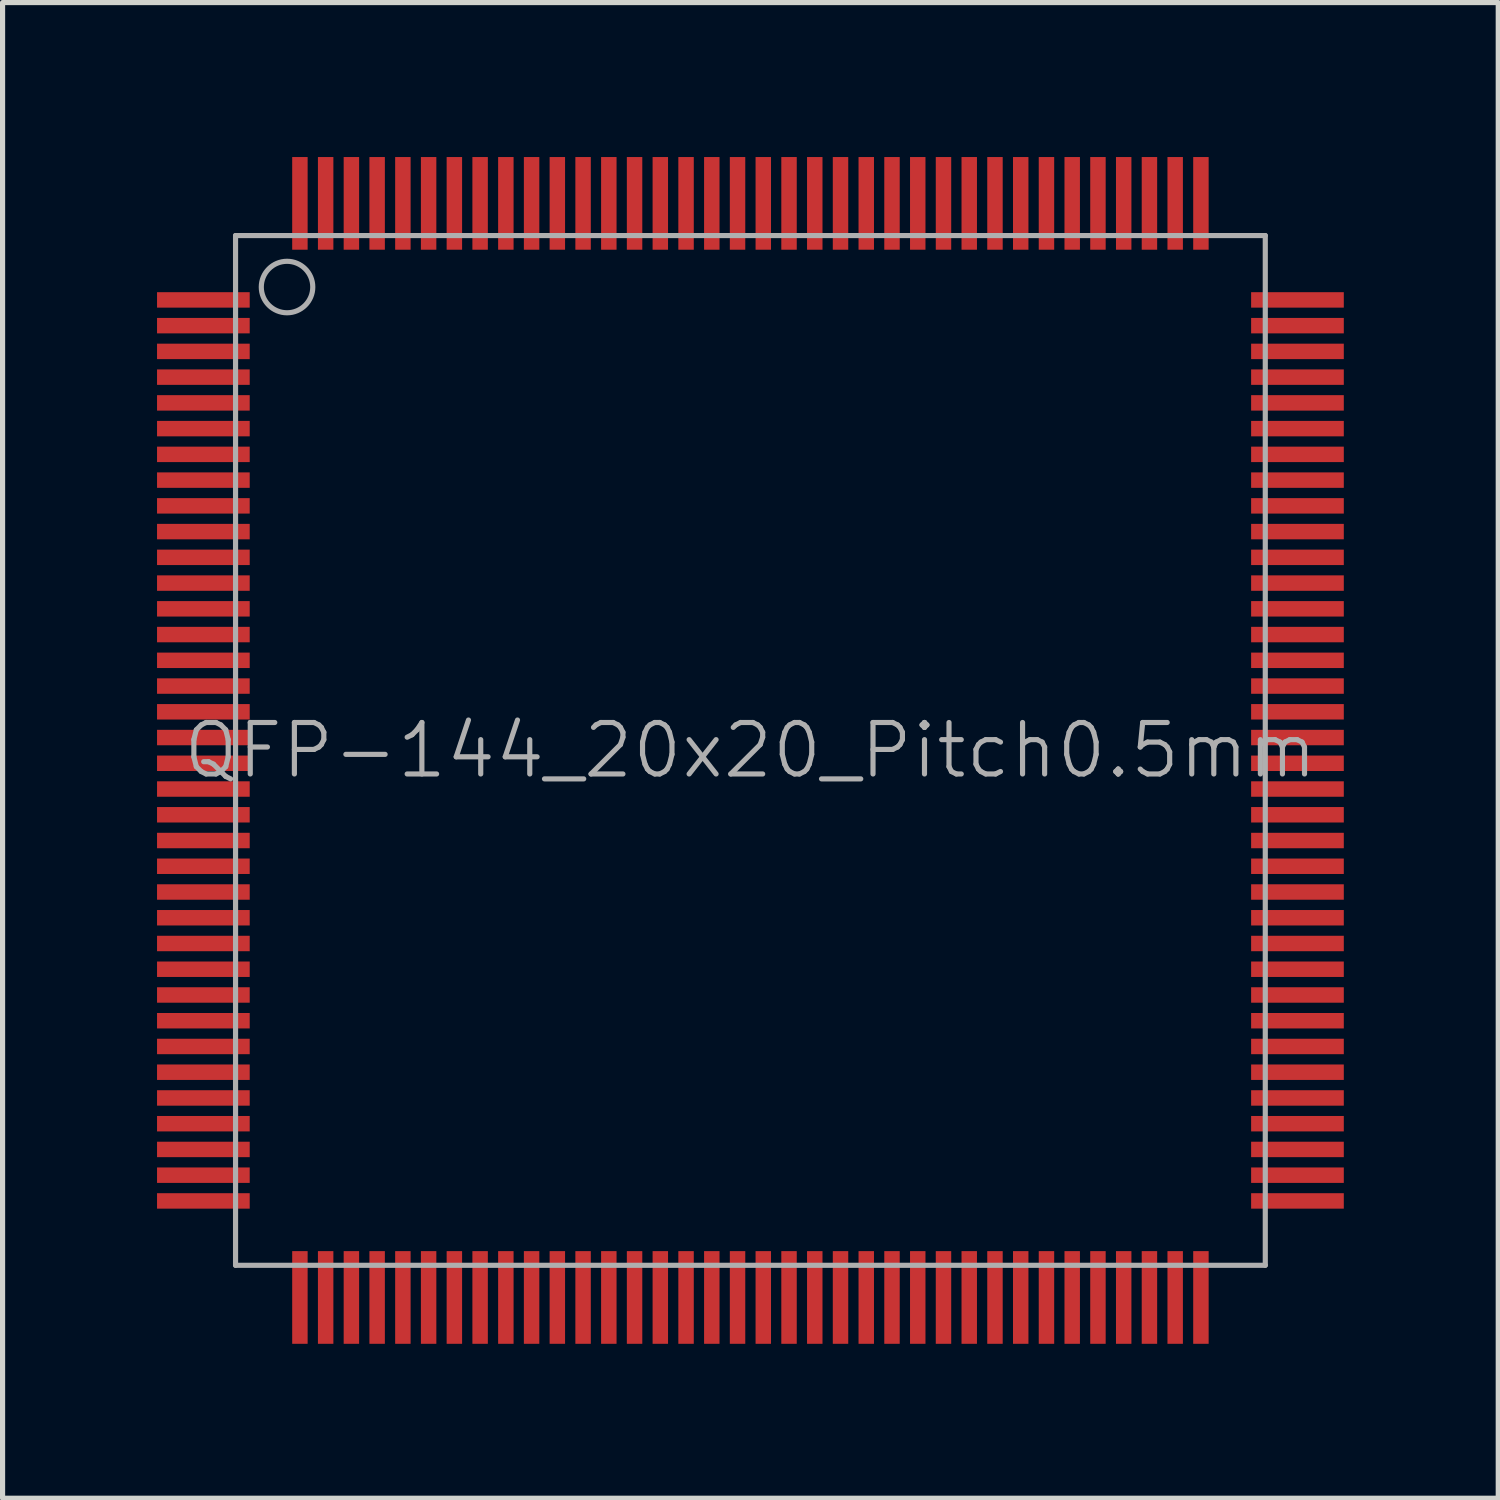
<source format=kicad_pcb>
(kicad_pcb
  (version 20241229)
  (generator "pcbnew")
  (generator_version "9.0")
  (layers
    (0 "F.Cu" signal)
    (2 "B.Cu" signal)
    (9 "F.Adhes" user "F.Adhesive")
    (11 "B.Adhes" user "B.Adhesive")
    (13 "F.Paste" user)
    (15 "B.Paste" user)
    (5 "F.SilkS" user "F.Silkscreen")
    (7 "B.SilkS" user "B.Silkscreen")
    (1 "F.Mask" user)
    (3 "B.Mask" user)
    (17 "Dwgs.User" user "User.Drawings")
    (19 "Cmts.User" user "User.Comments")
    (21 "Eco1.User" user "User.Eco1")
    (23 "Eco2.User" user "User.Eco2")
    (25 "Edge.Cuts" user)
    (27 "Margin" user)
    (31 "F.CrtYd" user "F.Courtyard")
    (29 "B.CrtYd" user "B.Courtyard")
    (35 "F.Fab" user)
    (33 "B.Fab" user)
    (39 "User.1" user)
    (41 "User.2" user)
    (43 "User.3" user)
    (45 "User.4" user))
  (footprint "QFP-144_20x20_Pitch0.5mm"
    (layer "F.Cu")
    (at 11.525 11.525)
    (property "Reference" "QFP-144_20x20_Pitch0.5mm" (at 0 0 0) (layer "F.Fab") (effects (font (size 1 1) (thickness 0.1))))
    (attr smd)
    (fp_line (start -10 -10) (end -10 10) (stroke (width 0.1) (type default)) (layer "F.Fab"))
    (fp_line (start -10 10) (end 10 10) (stroke (width 0.1) (type default)) (layer "F.Fab"))
    (fp_line (start 10 -10) (end -10 -10) (stroke (width 0.1) (type default)) (layer "F.Fab"))
    (fp_line (start 10 10) (end 10 -10) (stroke (width 0.1) (type default)) (layer "F.Fab"))
    (fp_circle (center -9 -9) (end -8.5 -9) (stroke (width 0.1) (type default)) (fill no) (layer "F.Fab"))
    (pad "1" smd rect (at -10.625 -8.75 90) (size 0.3 1.8) (layers "F.Cu" "F.Mask" "F.Paste"))
    (pad "2" smd rect (at -10.625 -8.25 90) (size 0.3 1.8) (layers "F.Cu" "F.Mask" "F.Paste"))
    (pad "3" smd rect (at -10.625 -7.75 90) (size 0.3 1.8) (layers "F.Cu" "F.Mask" "F.Paste"))
    (pad "4" smd rect (at -10.625 -7.25 90) (size 0.3 1.8) (layers "F.Cu" "F.Mask" "F.Paste"))
    (pad "5" smd rect (at -10.625 -6.75 90) (size 0.3 1.8) (layers "F.Cu" "F.Mask" "F.Paste"))
    (pad "6" smd rect (at -10.625 -6.25 90) (size 0.3 1.8) (layers "F.Cu" "F.Mask" "F.Paste"))
    (pad "7" smd rect (at -10.625 -5.75 90) (size 0.3 1.8) (layers "F.Cu" "F.Mask" "F.Paste"))
    (pad "8" smd rect (at -10.625 -5.25 90) (size 0.3 1.8) (layers "F.Cu" "F.Mask" "F.Paste"))
    (pad "9" smd rect (at -10.625 -4.75 90) (size 0.3 1.8) (layers "F.Cu" "F.Mask" "F.Paste"))
    (pad "10" smd rect (at -10.625 -4.25 90) (size 0.3 1.8) (layers "F.Cu" "F.Mask" "F.Paste"))
    (pad "11" smd rect (at -10.625 -3.75 90) (size 0.3 1.8) (layers "F.Cu" "F.Mask" "F.Paste"))
    (pad "12" smd rect (at -10.625 -3.25 90) (size 0.3 1.8) (layers "F.Cu" "F.Mask" "F.Paste"))
    (pad "13" smd rect (at -10.625 -2.75 90) (size 0.3 1.8) (layers "F.Cu" "F.Mask" "F.Paste"))
    (pad "14" smd rect (at -10.625 -2.25 90) (size 0.3 1.8) (layers "F.Cu" "F.Mask" "F.Paste"))
    (pad "15" smd rect (at -10.625 -1.75 90) (size 0.3 1.8) (layers "F.Cu" "F.Mask" "F.Paste"))
    (pad "16" smd rect (at -10.625 -1.25 90) (size 0.3 1.8) (layers "F.Cu" "F.Mask" "F.Paste"))
    (pad "17" smd rect (at -10.625 -0.75 90) (size 0.3 1.8) (layers "F.Cu" "F.Mask" "F.Paste"))
    (pad "18" smd rect (at -10.625 -0.25 90) (size 0.3 1.8) (layers "F.Cu" "F.Mask" "F.Paste"))
    (pad "19" smd rect (at -10.625 0.25 90) (size 0.3 1.8) (layers "F.Cu" "F.Mask" "F.Paste"))
    (pad "20" smd rect (at -10.625 0.75 90) (size 0.3 1.8) (layers "F.Cu" "F.Mask" "F.Paste"))
    (pad "21" smd rect (at -10.625 1.25 90) (size 0.3 1.8) (layers "F.Cu" "F.Mask" "F.Paste"))
    (pad "22" smd rect (at -10.625 1.75 90) (size 0.3 1.8) (layers "F.Cu" "F.Mask" "F.Paste"))
    (pad "23" smd rect (at -10.625 2.25 90) (size 0.3 1.8) (layers "F.Cu" "F.Mask" "F.Paste"))
    (pad "24" smd rect (at -10.625 2.75 90) (size 0.3 1.8) (layers "F.Cu" "F.Mask" "F.Paste"))
    (pad "25" smd rect (at -10.625 3.25 90) (size 0.3 1.8) (layers "F.Cu" "F.Mask" "F.Paste"))
    (pad "26" smd rect (at -10.625 3.75 90) (size 0.3 1.8) (layers "F.Cu" "F.Mask" "F.Paste"))
    (pad "27" smd rect (at -10.625 4.25 90) (size 0.3 1.8) (layers "F.Cu" "F.Mask" "F.Paste"))
    (pad "28" smd rect (at -10.625 4.75 90) (size 0.3 1.8) (layers "F.Cu" "F.Mask" "F.Paste"))
    (pad "29" smd rect (at -10.625 5.25 90) (size 0.3 1.8) (layers "F.Cu" "F.Mask" "F.Paste"))
    (pad "30" smd rect (at -10.625 5.75 90) (size 0.3 1.8) (layers "F.Cu" "F.Mask" "F.Paste"))
    (pad "31" smd rect (at -10.625 6.25 90) (size 0.3 1.8) (layers "F.Cu" "F.Mask" "F.Paste"))
    (pad "32" smd rect (at -10.625 6.75 90) (size 0.3 1.8) (layers "F.Cu" "F.Mask" "F.Paste"))
    (pad "33" smd rect (at -10.625 7.25 90) (size 0.3 1.8) (layers "F.Cu" "F.Mask" "F.Paste"))
    (pad "34" smd rect (at -10.625 7.75 90) (size 0.3 1.8) (layers "F.Cu" "F.Mask" "F.Paste"))
    (pad "35" smd rect (at -10.625 8.25 90) (size 0.3 1.8) (layers "F.Cu" "F.Mask" "F.Paste"))
    (pad "36" smd rect (at -10.625 8.75 90) (size 0.3 1.8) (layers "F.Cu" "F.Mask" "F.Paste"))
    (pad "37" smd rect (at -8.75 10.625) (size 0.3 1.8) (layers "F.Cu" "F.Mask" "F.Paste"))
    (pad "38" smd rect (at -8.25 10.625) (size 0.3 1.8) (layers "F.Cu" "F.Mask" "F.Paste"))
    (pad "39" smd rect (at -7.75 10.625) (size 0.3 1.8) (layers "F.Cu" "F.Mask" "F.Paste"))
    (pad "40" smd rect (at -7.25 10.625) (size 0.3 1.8) (layers "F.Cu" "F.Mask" "F.Paste"))
    (pad "41" smd rect (at -6.75 10.625) (size 0.3 1.8) (layers "F.Cu" "F.Mask" "F.Paste"))
    (pad "42" smd rect (at -6.25 10.625) (size 0.3 1.8) (layers "F.Cu" "F.Mask" "F.Paste"))
    (pad "43" smd rect (at -5.75 10.625) (size 0.3 1.8) (layers "F.Cu" "F.Mask" "F.Paste"))
    (pad "44" smd rect (at -5.25 10.625) (size 0.3 1.8) (layers "F.Cu" "F.Mask" "F.Paste"))
    (pad "45" smd rect (at -4.75 10.625) (size 0.3 1.8) (layers "F.Cu" "F.Mask" "F.Paste"))
    (pad "46" smd rect (at -4.25 10.625) (size 0.3 1.8) (layers "F.Cu" "F.Mask" "F.Paste"))
    (pad "47" smd rect (at -3.75 10.625) (size 0.3 1.8) (layers "F.Cu" "F.Mask" "F.Paste"))
    (pad "48" smd rect (at -3.25 10.625) (size 0.3 1.8) (layers "F.Cu" "F.Mask" "F.Paste"))
    (pad "49" smd rect (at -2.75 10.625) (size 0.3 1.8) (layers "F.Cu" "F.Mask" "F.Paste"))
    (pad "50" smd rect (at -2.25 10.625) (size 0.3 1.8) (layers "F.Cu" "F.Mask" "F.Paste"))
    (pad "51" smd rect (at -1.75 10.625) (size 0.3 1.8) (layers "F.Cu" "F.Mask" "F.Paste"))
    (pad "52" smd rect (at -1.25 10.625) (size 0.3 1.8) (layers "F.Cu" "F.Mask" "F.Paste"))
    (pad "53" smd rect (at -0.75 10.625) (size 0.3 1.8) (layers "F.Cu" "F.Mask" "F.Paste"))
    (pad "54" smd rect (at -0.25 10.625) (size 0.3 1.8) (layers "F.Cu" "F.Mask" "F.Paste"))
    (pad "55" smd rect (at 0.25 10.625) (size 0.3 1.8) (layers "F.Cu" "F.Mask" "F.Paste"))
    (pad "56" smd rect (at 0.75 10.625) (size 0.3 1.8) (layers "F.Cu" "F.Mask" "F.Paste"))
    (pad "57" smd rect (at 1.25 10.625) (size 0.3 1.8) (layers "F.Cu" "F.Mask" "F.Paste"))
    (pad "58" smd rect (at 1.75 10.625) (size 0.3 1.8) (layers "F.Cu" "F.Mask" "F.Paste"))
    (pad "59" smd rect (at 2.25 10.625) (size 0.3 1.8) (layers "F.Cu" "F.Mask" "F.Paste"))
    (pad "60" smd rect (at 2.75 10.625) (size 0.3 1.8) (layers "F.Cu" "F.Mask" "F.Paste"))
    (pad "61" smd rect (at 3.25 10.625) (size 0.3 1.8) (layers "F.Cu" "F.Mask" "F.Paste"))
    (pad "62" smd rect (at 3.75 10.625) (size 0.3 1.8) (layers "F.Cu" "F.Mask" "F.Paste"))
    (pad "63" smd rect (at 4.25 10.625) (size 0.3 1.8) (layers "F.Cu" "F.Mask" "F.Paste"))
    (pad "64" smd rect (at 4.75 10.625) (size 0.3 1.8) (layers "F.Cu" "F.Mask" "F.Paste"))
    (pad "65" smd rect (at 5.25 10.625) (size 0.3 1.8) (layers "F.Cu" "F.Mask" "F.Paste"))
    (pad "66" smd rect (at 5.75 10.625) (size 0.3 1.8) (layers "F.Cu" "F.Mask" "F.Paste"))
    (pad "67" smd rect (at 6.25 10.625) (size 0.3 1.8) (layers "F.Cu" "F.Mask" "F.Paste"))
    (pad "68" smd rect (at 6.75 10.625) (size 0.3 1.8) (layers "F.Cu" "F.Mask" "F.Paste"))
    (pad "69" smd rect (at 7.25 10.625) (size 0.3 1.8) (layers "F.Cu" "F.Mask" "F.Paste"))
    (pad "70" smd rect (at 7.75 10.625) (size 0.3 1.8) (layers "F.Cu" "F.Mask" "F.Paste"))
    (pad "71" smd rect (at 8.25 10.625) (size 0.3 1.8) (layers "F.Cu" "F.Mask" "F.Paste"))
    (pad "72" smd rect (at 8.75 10.625) (size 0.3 1.8) (layers "F.Cu" "F.Mask" "F.Paste"))
    (pad "73" smd rect (at 10.625 8.75 90) (size 0.3 1.8) (layers "F.Cu" "F.Mask" "F.Paste"))
    (pad "74" smd rect (at 10.625 8.25 90) (size 0.3 1.8) (layers "F.Cu" "F.Mask" "F.Paste"))
    (pad "75" smd rect (at 10.625 7.75 90) (size 0.3 1.8) (layers "F.Cu" "F.Mask" "F.Paste"))
    (pad "76" smd rect (at 10.625 7.25 90) (size 0.3 1.8) (layers "F.Cu" "F.Mask" "F.Paste"))
    (pad "77" smd rect (at 10.625 6.75 90) (size 0.3 1.8) (layers "F.Cu" "F.Mask" "F.Paste"))
    (pad "78" smd rect (at 10.625 6.25 90) (size 0.3 1.8) (layers "F.Cu" "F.Mask" "F.Paste"))
    (pad "79" smd rect (at 10.625 5.75 90) (size 0.3 1.8) (layers "F.Cu" "F.Mask" "F.Paste"))
    (pad "80" smd rect (at 10.625 5.25 90) (size 0.3 1.8) (layers "F.Cu" "F.Mask" "F.Paste"))
    (pad "81" smd rect (at 10.625 4.75 90) (size 0.3 1.8) (layers "F.Cu" "F.Mask" "F.Paste"))
    (pad "82" smd rect (at 10.625 4.25 90) (size 0.3 1.8) (layers "F.Cu" "F.Mask" "F.Paste"))
    (pad "83" smd rect (at 10.625 3.75 90) (size 0.3 1.8) (layers "F.Cu" "F.Mask" "F.Paste"))
    (pad "84" smd rect (at 10.625 3.25 90) (size 0.3 1.8) (layers "F.Cu" "F.Mask" "F.Paste"))
    (pad "85" smd rect (at 10.625 2.75 90) (size 0.3 1.8) (layers "F.Cu" "F.Mask" "F.Paste"))
    (pad "86" smd rect (at 10.625 2.25 90) (size 0.3 1.8) (layers "F.Cu" "F.Mask" "F.Paste"))
    (pad "87" smd rect (at 10.625 1.75 90) (size 0.3 1.8) (layers "F.Cu" "F.Mask" "F.Paste"))
    (pad "88" smd rect (at 10.625 1.25 90) (size 0.3 1.8) (layers "F.Cu" "F.Mask" "F.Paste"))
    (pad "89" smd rect (at 10.625 0.75 90) (size 0.3 1.8) (layers "F.Cu" "F.Mask" "F.Paste"))
    (pad "90" smd rect (at 10.625 0.25 90) (size 0.3 1.8) (layers "F.Cu" "F.Mask" "F.Paste"))
    (pad "91" smd rect (at 10.625 -0.25 90) (size 0.3 1.8) (layers "F.Cu" "F.Mask" "F.Paste"))
    (pad "92" smd rect (at 10.625 -0.75 90) (size 0.3 1.8) (layers "F.Cu" "F.Mask" "F.Paste"))
    (pad "93" smd rect (at 10.625 -1.25 90) (size 0.3 1.8) (layers "F.Cu" "F.Mask" "F.Paste"))
    (pad "94" smd rect (at 10.625 -1.75 90) (size 0.3 1.8) (layers "F.Cu" "F.Mask" "F.Paste"))
    (pad "95" smd rect (at 10.625 -2.25 90) (size 0.3 1.8) (layers "F.Cu" "F.Mask" "F.Paste"))
    (pad "96" smd rect (at 10.625 -2.75 90) (size 0.3 1.8) (layers "F.Cu" "F.Mask" "F.Paste"))
    (pad "97" smd rect (at 10.625 -3.25 90) (size 0.3 1.8) (layers "F.Cu" "F.Mask" "F.Paste"))
    (pad "98" smd rect (at 10.625 -3.75 90) (size 0.3 1.8) (layers "F.Cu" "F.Mask" "F.Paste"))
    (pad "99" smd rect (at 10.625 -4.25 90) (size 0.3 1.8) (layers "F.Cu" "F.Mask" "F.Paste"))
    (pad "100" smd rect (at 10.625 -4.75 90) (size 0.3 1.8) (layers "F.Cu" "F.Mask" "F.Paste"))
    (pad "101" smd rect (at 10.625 -5.25 90) (size 0.3 1.8) (layers "F.Cu" "F.Mask" "F.Paste"))
    (pad "102" smd rect (at 10.625 -5.75 90) (size 0.3 1.8) (layers "F.Cu" "F.Mask" "F.Paste"))
    (pad "103" smd rect (at 10.625 -6.25 90) (size 0.3 1.8) (layers "F.Cu" "F.Mask" "F.Paste"))
    (pad "104" smd rect (at 10.625 -6.75 90) (size 0.3 1.8) (layers "F.Cu" "F.Mask" "F.Paste"))
    (pad "105" smd rect (at 10.625 -7.25 90) (size 0.3 1.8) (layers "F.Cu" "F.Mask" "F.Paste"))
    (pad "106" smd rect (at 10.625 -7.75 90) (size 0.3 1.8) (layers "F.Cu" "F.Mask" "F.Paste"))
    (pad "107" smd rect (at 10.625 -8.25 90) (size 0.3 1.8) (layers "F.Cu" "F.Mask" "F.Paste"))
    (pad "108" smd rect (at 10.625 -8.75 90) (size 0.3 1.8) (layers "F.Cu" "F.Mask" "F.Paste"))
    (pad "109" smd rect (at 8.75 -10.625) (size 0.3 1.8) (layers "F.Cu" "F.Mask" "F.Paste"))
    (pad "110" smd rect (at 8.25 -10.625) (size 0.3 1.8) (layers "F.Cu" "F.Mask" "F.Paste"))
    (pad "111" smd rect (at 7.75 -10.625) (size 0.3 1.8) (layers "F.Cu" "F.Mask" "F.Paste"))
    (pad "112" smd rect (at 7.25 -10.625) (size 0.3 1.8) (layers "F.Cu" "F.Mask" "F.Paste"))
    (pad "113" smd rect (at 6.75 -10.625) (size 0.3 1.8) (layers "F.Cu" "F.Mask" "F.Paste"))
    (pad "114" smd rect (at 6.25 -10.625) (size 0.3 1.8) (layers "F.Cu" "F.Mask" "F.Paste"))
    (pad "115" smd rect (at 5.75 -10.625) (size 0.3 1.8) (layers "F.Cu" "F.Mask" "F.Paste"))
    (pad "116" smd rect (at 5.25 -10.625) (size 0.3 1.8) (layers "F.Cu" "F.Mask" "F.Paste"))
    (pad "117" smd rect (at 4.75 -10.625) (size 0.3 1.8) (layers "F.Cu" "F.Mask" "F.Paste"))
    (pad "118" smd rect (at 4.25 -10.625) (size 0.3 1.8) (layers "F.Cu" "F.Mask" "F.Paste"))
    (pad "119" smd rect (at 3.75 -10.625) (size 0.3 1.8) (layers "F.Cu" "F.Mask" "F.Paste"))
    (pad "120" smd rect (at 3.25 -10.625) (size 0.3 1.8) (layers "F.Cu" "F.Mask" "F.Paste"))
    (pad "121" smd rect (at 2.75 -10.625) (size 0.3 1.8) (layers "F.Cu" "F.Mask" "F.Paste"))
    (pad "122" smd rect (at 2.25 -10.625) (size 0.3 1.8) (layers "F.Cu" "F.Mask" "F.Paste"))
    (pad "123" smd rect (at 1.75 -10.625) (size 0.3 1.8) (layers "F.Cu" "F.Mask" "F.Paste"))
    (pad "124" smd rect (at 1.25 -10.625) (size 0.3 1.8) (layers "F.Cu" "F.Mask" "F.Paste"))
    (pad "125" smd rect (at 0.75 -10.625) (size 0.3 1.8) (layers "F.Cu" "F.Mask" "F.Paste"))
    (pad "126" smd rect (at 0.25 -10.625) (size 0.3 1.8) (layers "F.Cu" "F.Mask" "F.Paste"))
    (pad "127" smd rect (at -0.25 -10.625) (size 0.3 1.8) (layers "F.Cu" "F.Mask" "F.Paste"))
    (pad "128" smd rect (at -0.75 -10.625) (size 0.3 1.8) (layers "F.Cu" "F.Mask" "F.Paste"))
    (pad "129" smd rect (at -1.25 -10.625) (size 0.3 1.8) (layers "F.Cu" "F.Mask" "F.Paste"))
    (pad "130" smd rect (at -1.75 -10.625) (size 0.3 1.8) (layers "F.Cu" "F.Mask" "F.Paste"))
    (pad "131" smd rect (at -2.25 -10.625) (size 0.3 1.8) (layers "F.Cu" "F.Mask" "F.Paste"))
    (pad "132" smd rect (at -2.75 -10.625) (size 0.3 1.8) (layers "F.Cu" "F.Mask" "F.Paste"))
    (pad "133" smd rect (at -3.25 -10.625) (size 0.3 1.8) (layers "F.Cu" "F.Mask" "F.Paste"))
    (pad "134" smd rect (at -3.75 -10.625) (size 0.3 1.8) (layers "F.Cu" "F.Mask" "F.Paste"))
    (pad "135" smd rect (at -4.25 -10.625) (size 0.3 1.8) (layers "F.Cu" "F.Mask" "F.Paste"))
    (pad "136" smd rect (at -4.75 -10.625) (size 0.3 1.8) (layers "F.Cu" "F.Mask" "F.Paste"))
    (pad "137" smd rect (at -5.25 -10.625) (size 0.3 1.8) (layers "F.Cu" "F.Mask" "F.Paste"))
    (pad "138" smd rect (at -5.75 -10.625) (size 0.3 1.8) (layers "F.Cu" "F.Mask" "F.Paste"))
    (pad "139" smd rect (at -6.25 -10.625) (size 0.3 1.8) (layers "F.Cu" "F.Mask" "F.Paste"))
    (pad "140" smd rect (at -6.75 -10.625) (size 0.3 1.8) (layers "F.Cu" "F.Mask" "F.Paste"))
    (pad "141" smd rect (at -7.25 -10.625) (size 0.3 1.8) (layers "F.Cu" "F.Mask" "F.Paste"))
    (pad "142" smd rect (at -7.75 -10.625) (size 0.3 1.8) (layers "F.Cu" "F.Mask" "F.Paste"))
    (pad "143" smd rect (at -8.25 -10.625) (size 0.3 1.8) (layers "F.Cu" "F.Mask" "F.Paste"))
    (pad "144" smd rect (at -8.75 -10.625) (size 0.3 1.8) (layers "F.Cu" "F.Mask" "F.Paste")))
  (gr_rect
    (start -3 -3)
    (end 26.05 26.05)
    (stroke (width 0.1) (type default))
    (fill no)
    (layer "Edge.Cuts")))
</source>
